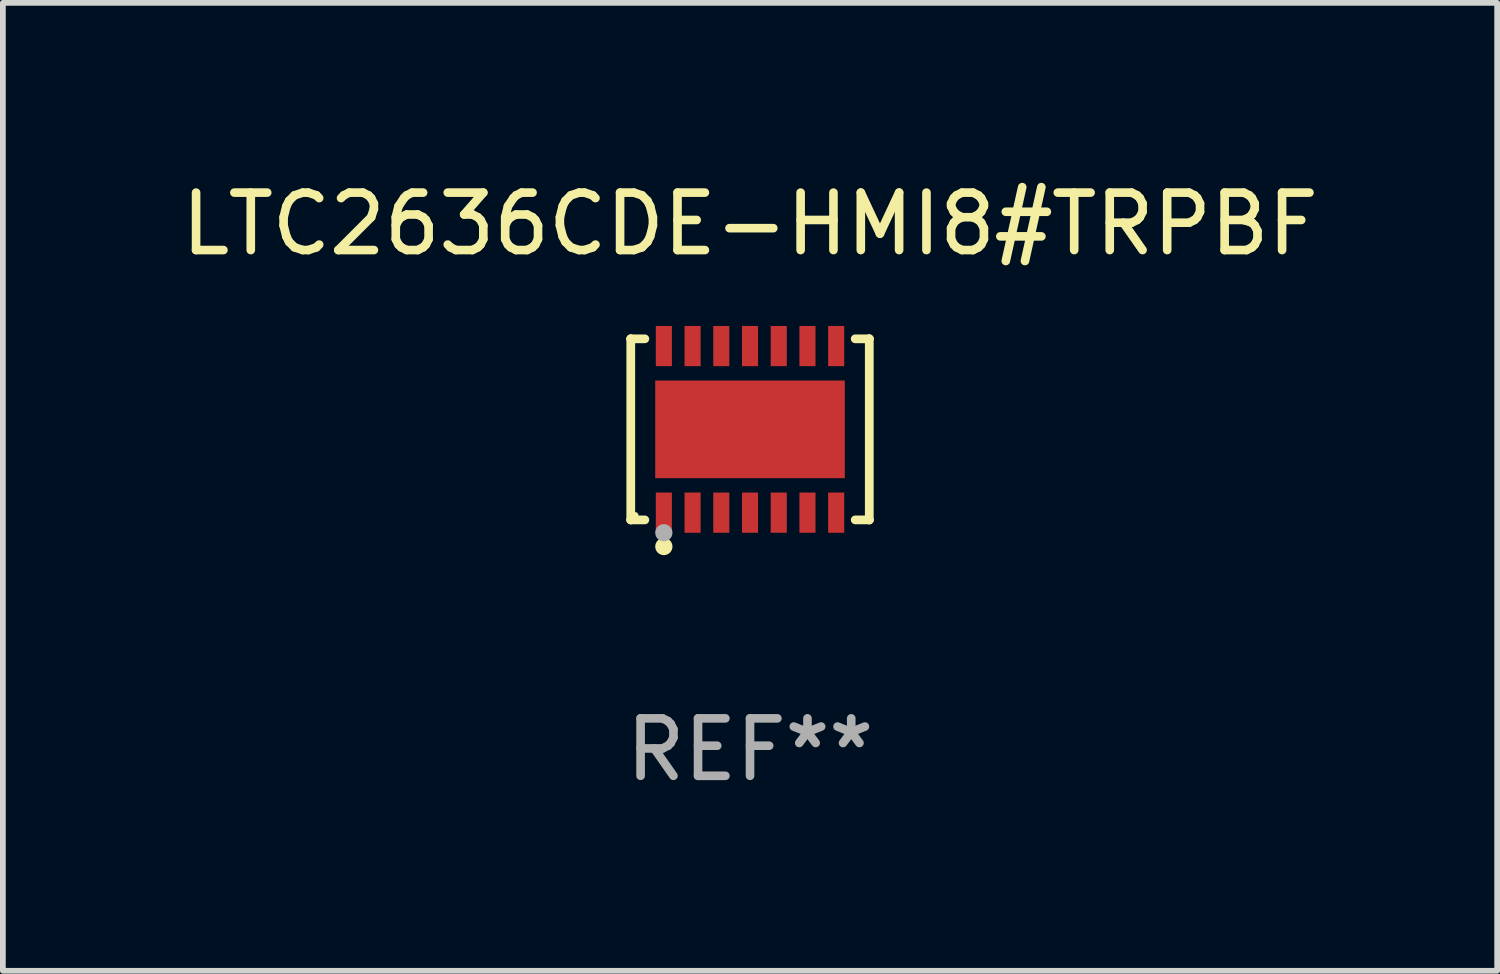
<source format=kicad_pcb>
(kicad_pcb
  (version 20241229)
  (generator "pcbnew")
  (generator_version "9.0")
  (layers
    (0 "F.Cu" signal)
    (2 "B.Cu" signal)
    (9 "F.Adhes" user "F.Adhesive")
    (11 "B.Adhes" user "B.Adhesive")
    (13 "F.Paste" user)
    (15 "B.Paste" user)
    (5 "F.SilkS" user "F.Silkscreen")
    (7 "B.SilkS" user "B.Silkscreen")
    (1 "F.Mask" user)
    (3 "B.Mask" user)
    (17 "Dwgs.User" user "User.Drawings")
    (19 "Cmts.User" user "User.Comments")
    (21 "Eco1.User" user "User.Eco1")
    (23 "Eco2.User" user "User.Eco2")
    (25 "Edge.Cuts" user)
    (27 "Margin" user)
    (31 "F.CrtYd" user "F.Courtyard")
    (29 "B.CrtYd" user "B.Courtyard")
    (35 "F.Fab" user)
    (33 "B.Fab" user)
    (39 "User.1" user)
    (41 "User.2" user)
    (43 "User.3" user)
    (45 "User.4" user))
  (footprint "LTC2636CDE-HMI8#TRPBF"
    (layer "F.Cu")
    (at 10.006 4.424)
    (property "Reference" "LTC2636CDE-HMI8#TRPBF" (at 0 -3.576 0) (layer "F.SilkS") (effects (font (size 1 1) (thickness 0.15))))
    (attr through_hole)
    (fp_line (start -2.076 -1.576) (end -2.076 -1.576) (stroke (width 0.152) (type solid)) (layer "F.SilkS"))
    (fp_line (start -2.076 -1.576) (end -1.831 -1.576) (stroke (width 0.152) (type solid)) (layer "F.SilkS"))
    (fp_line (start -2.076 1.576) (end -2.076 -1.576) (stroke (width 0.152) (type solid)) (layer "F.SilkS"))
    (fp_line (start -2.076 1.576) (end -2.076 1.576) (stroke (width 0.152) (type solid)) (layer "F.SilkS"))
    (fp_line (start -1.831 1.576) (end -2.076 1.576) (stroke (width 0.152) (type solid)) (layer "F.SilkS"))
    (fp_line (start 1.831 1.576) (end 2.076 1.576) (stroke (width 0.152) (type solid)) (layer "F.SilkS"))
    (fp_line (start 2.076 -1.576) (end 1.831 -1.576) (stroke (width 0.152) (type solid)) (layer "F.SilkS"))
    (fp_line (start 2.076 -1.576) (end 2.076 -1.576) (stroke (width 0.152) (type solid)) (layer "F.SilkS"))
    (fp_line (start 2.076 1.576) (end 2.076 -1.576) (stroke (width 0.152) (type solid)) (layer "F.SilkS"))
    (fp_line (start 2.076 1.576) (end 2.076 1.576) (stroke (width 0.152) (type solid)) (layer "F.SilkS"))
    (fp_circle (center -2 1.5) (end -1.97 1.5) (stroke (width 0.06) (type solid)) (fill no) (layer "F.SilkS"))
    (fp_circle (center -1.5 2.04) (end -1.425 2.04) (stroke (width 0.15) (type solid)) (fill no) (layer "F.SilkS"))
    (fp_circle (center -1.5 1.8) (end -1.425 1.8) (stroke (width 0.15) (type solid)) (fill no) (layer "F.Fab"))
    (fp_text user "REF**" (at 0 5.576 0) (layer "F.Fab") (effects (font (size 1 1) (thickness 0.15))))
    (pad "1" smd rect (at -1.5 1.45) (size 0.28 0.7) (layers "F.Cu" "F.Mask" "F.Paste"))
    (pad "2" smd rect (at -1 1.45) (size 0.28 0.7) (layers "F.Cu" "F.Mask" "F.Paste"))
    (pad "3" smd rect (at -0.5 1.45) (size 0.28 0.7) (layers "F.Cu" "F.Mask" "F.Paste"))
    (pad "4" smd rect (at 0 1.45) (size 0.28 0.7) (layers "F.Cu" "F.Mask" "F.Paste"))
    (pad "5" smd rect (at 0.5 1.45) (size 0.28 0.7) (layers "F.Cu" "F.Mask" "F.Paste"))
    (pad "6" smd rect (at 1 1.45) (size 0.28 0.7) (layers "F.Cu" "F.Mask" "F.Paste"))
    (pad "7" smd rect (at 1.5 1.45) (size 0.28 0.7) (layers "F.Cu" "F.Mask" "F.Paste"))
    (pad "8" smd rect (at 1.5 -1.45) (size 0.28 0.7) (layers "F.Cu" "F.Mask" "F.Paste"))
    (pad "9" smd rect (at 1 -1.45) (size 0.28 0.7) (layers "F.Cu" "F.Mask" "F.Paste"))
    (pad "10" smd rect (at 0.5 -1.45) (size 0.28 0.7) (layers "F.Cu" "F.Mask" "F.Paste"))
    (pad "11" smd rect (at 0 -1.45) (size 0.28 0.7) (layers "F.Cu" "F.Mask" "F.Paste"))
    (pad "12" smd rect (at -0.5 -1.45) (size 0.28 0.7) (layers "F.Cu" "F.Mask" "F.Paste"))
    (pad "13" smd rect (at -1 -1.45) (size 0.28 0.7) (layers "F.Cu" "F.Mask" "F.Paste"))
    (pad "14" smd rect (at -1.5 -1.45) (size 0.28 0.7) (layers "F.Cu" "F.Mask" "F.Paste"))
    (pad "15" smd rect (at 0 0) (size 3.3 1.7) (layers "F.Cu" "F.Mask" "F.Paste")))
  (gr_rect
    (start -3 -3)
    (end 23.012 13.849)
    (stroke (width 0.1) (type default))
    (fill no)
    (layer "Edge.Cuts")))
</source>
